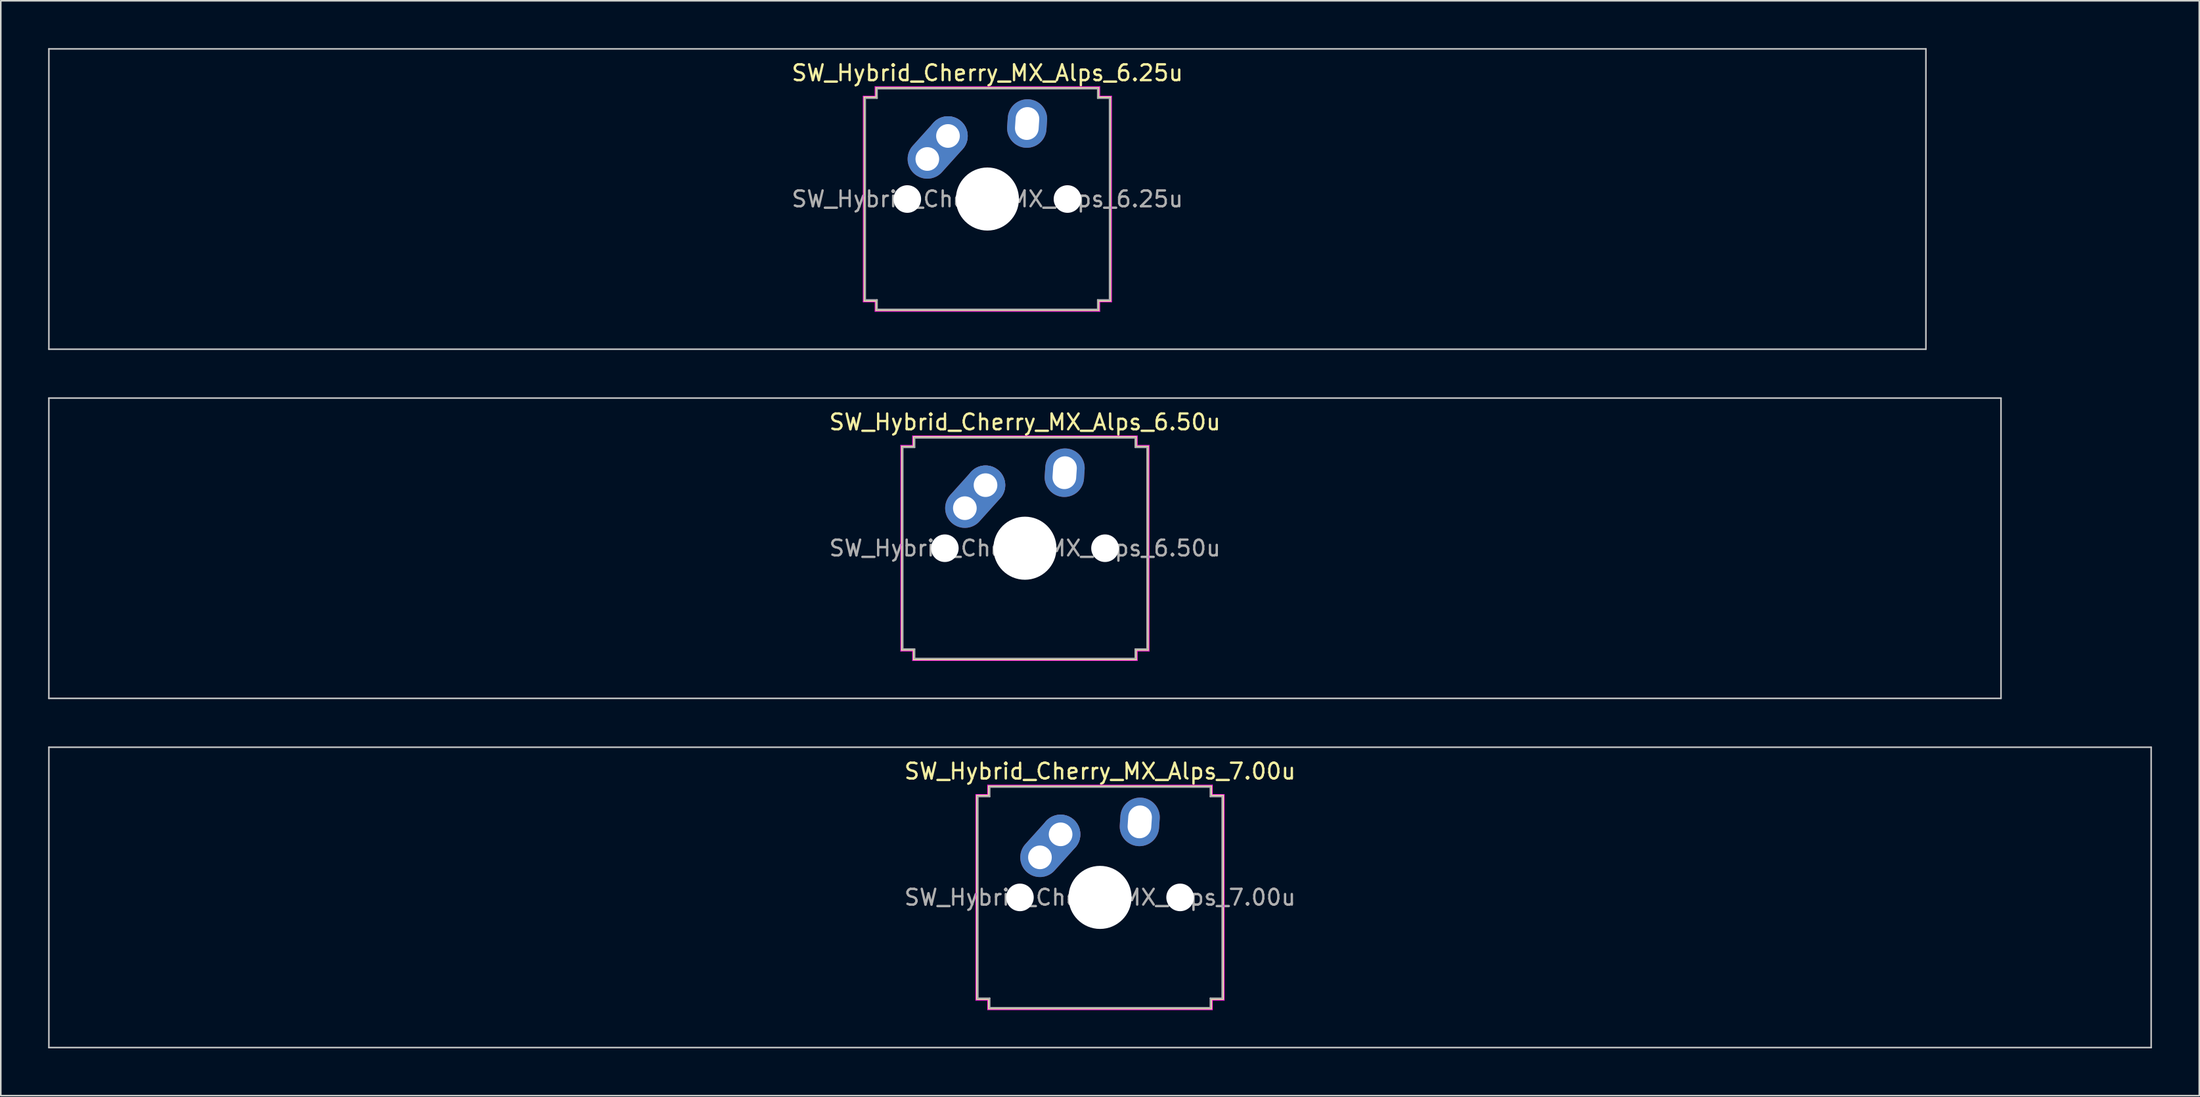
<source format=kicad_pcb>
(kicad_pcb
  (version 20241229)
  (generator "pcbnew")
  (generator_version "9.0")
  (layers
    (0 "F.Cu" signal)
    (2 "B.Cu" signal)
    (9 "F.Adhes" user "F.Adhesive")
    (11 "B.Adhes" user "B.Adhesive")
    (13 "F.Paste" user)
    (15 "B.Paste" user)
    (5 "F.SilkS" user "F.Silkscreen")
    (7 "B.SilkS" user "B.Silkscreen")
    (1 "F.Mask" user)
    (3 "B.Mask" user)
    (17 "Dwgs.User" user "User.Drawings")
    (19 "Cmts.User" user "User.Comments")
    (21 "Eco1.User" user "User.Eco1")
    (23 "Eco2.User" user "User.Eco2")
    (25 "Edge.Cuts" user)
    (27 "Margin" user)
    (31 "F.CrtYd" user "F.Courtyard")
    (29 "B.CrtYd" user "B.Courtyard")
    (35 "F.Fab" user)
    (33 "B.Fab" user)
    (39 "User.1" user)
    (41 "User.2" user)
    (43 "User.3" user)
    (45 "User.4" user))
  (footprint "SW_Hybrid_Cherry_MX_Alps_6.50u"
    (layer "F.Cu")
    (at 61.962 31.725)
    (property "Reference" "SW_Hybrid_Cherry_MX_Alps_6.50u" (at 0 -8 0) (layer "F.SilkS") (effects (font (size 1 1) (thickness 0.15))))
    (attr through_hole)
    (fp_line (start -7.8 -6.45) (end -7.05 -6.45) (stroke (width 0.12) (type solid)) (layer "F.SilkS"))
    (fp_line (start -7.8 6.45) (end -7.8 -6.45) (stroke (width 0.12) (type solid)) (layer "F.SilkS"))
    (fp_line (start -7.05 -7.05) (end 7.05 -7.05) (stroke (width 0.12) (type solid)) (layer "F.SilkS"))
    (fp_line (start -7.05 -6.45) (end -7.05 -7.05) (stroke (width 0.12) (type solid)) (layer "F.SilkS"))
    (fp_line (start -7.05 6.45) (end -7.8 6.45) (stroke (width 0.12) (type solid)) (layer "F.SilkS"))
    (fp_line (start -7.05 7.05) (end -7.05 6.45) (stroke (width 0.12) (type solid)) (layer "F.SilkS"))
    (fp_line (start 7.05 -7.05) (end 7.05 -6.45) (stroke (width 0.12) (type solid)) (layer "F.SilkS"))
    (fp_line (start 7.05 -6.45) (end 7.8 -6.45) (stroke (width 0.12) (type solid)) (layer "F.SilkS"))
    (fp_line (start 7.05 6.45) (end 7.05 7.05) (stroke (width 0.12) (type solid)) (layer "F.SilkS"))
    (fp_line (start 7.05 7.05) (end -7.05 7.05) (stroke (width 0.12) (type solid)) (layer "F.SilkS"))
    (fp_line (start 7.8 -6.45) (end 7.8 6.45) (stroke (width 0.12) (type solid)) (layer "F.SilkS"))
    (fp_line (start 7.8 6.45) (end 7.05 6.45) (stroke (width 0.12) (type solid)) (layer "F.SilkS"))
    (fp_line (start -61.913 -9.525) (end -61.913 9.525) (stroke (width 0.1) (type solid)) (layer "Dwgs.User"))
    (fp_line (start -61.913 9.525) (end 61.913 9.525) (stroke (width 0.1) (type solid)) (layer "Dwgs.User"))
    (fp_line (start 61.913 -9.525) (end -61.913 -9.525) (stroke (width 0.1) (type solid)) (layer "Dwgs.User"))
    (fp_line (start 61.913 9.525) (end 61.913 -9.525) (stroke (width 0.1) (type solid)) (layer "Dwgs.User"))
    (fp_line (start -7.875 -6.525) (end -7.125 -6.525) (stroke (width 0.05) (type solid)) (layer "F.CrtYd"))
    (fp_line (start -7.875 6.525) (end -7.875 -6.525) (stroke (width 0.05) (type solid)) (layer "F.CrtYd"))
    (fp_line (start -7.125 -7.125) (end 7.125 -7.125) (stroke (width 0.05) (type solid)) (layer "F.CrtYd"))
    (fp_line (start -7.125 -6.525) (end -7.125 -7.125) (stroke (width 0.05) (type solid)) (layer "F.CrtYd"))
    (fp_line (start -7.125 6.525) (end -7.875 6.525) (stroke (width 0.05) (type solid)) (layer "F.CrtYd"))
    (fp_line (start -7.125 7.125) (end -7.125 6.525) (stroke (width 0.05) (type solid)) (layer "F.CrtYd"))
    (fp_line (start 7.125 -7.125) (end 7.125 -6.525) (stroke (width 0.05) (type solid)) (layer "F.CrtYd"))
    (fp_line (start 7.125 -6.525) (end 7.875 -6.525) (stroke (width 0.05) (type solid)) (layer "F.CrtYd"))
    (fp_line (start 7.125 6.525) (end 7.125 7.125) (stroke (width 0.05) (type solid)) (layer "F.CrtYd"))
    (fp_line (start 7.125 7.125) (end -7.125 7.125) (stroke (width 0.05) (type solid)) (layer "F.CrtYd"))
    (fp_line (start 7.875 -6.525) (end 7.875 6.525) (stroke (width 0.05) (type solid)) (layer "F.CrtYd"))
    (fp_line (start 7.875 6.525) (end 7.125 6.525) (stroke (width 0.05) (type solid)) (layer "F.CrtYd"))
    (fp_line (start -7.75 -6.4) (end -7 -6.4) (stroke (width 0.1) (type solid)) (layer "F.Fab"))
    (fp_line (start -7.75 6.4) (end -7.75 -6.4) (stroke (width 0.1) (type solid)) (layer "F.Fab"))
    (fp_line (start -7 -7) (end 7 -7) (stroke (width 0.1) (type solid)) (layer "F.Fab"))
    (fp_line (start -7 -6.4) (end -7 -7) (stroke (width 0.1) (type solid)) (layer "F.Fab"))
    (fp_line (start -7 6.4) (end -7.75 6.4) (stroke (width 0.1) (type solid)) (layer "F.Fab"))
    (fp_line (start -7 7) (end -7 6.4) (stroke (width 0.1) (type solid)) (layer "F.Fab"))
    (fp_line (start 7 -7) (end 7 -6.4) (stroke (width 0.1) (type solid)) (layer "F.Fab"))
    (fp_line (start 7 -6.4) (end 7.75 -6.4) (stroke (width 0.1) (type solid)) (layer "F.Fab"))
    (fp_line (start 7 6.4) (end 7 7) (stroke (width 0.1) (type solid)) (layer "F.Fab"))
    (fp_line (start 7 7) (end -7 7) (stroke (width 0.1) (type solid)) (layer "F.Fab"))
    (fp_line (start 7.75 -6.4) (end 7.75 6.4) (stroke (width 0.1) (type solid)) (layer "F.Fab"))
    (fp_line (start 7.75 6.4) (end 7 6.4) (stroke (width 0.1) (type solid)) (layer "F.Fab"))
    (fp_text user "${REFERENCE}" (at 0 0 0) (layer "F.Fab") (effects (font (size 1 1) (thickness 0.15))))
    (pad "" np_thru_hole circle (at -5.08 0) (size 1.75 1.75) (drill 1.75) (layers "*.Cu" "*.Mask"))
    (pad "" np_thru_hole circle (at 0 0) (size 4 4) (drill 4) (layers "*.Cu" "*.Mask"))
    (pad "" np_thru_hole circle (at 5.08 0) (size 1.75 1.75) (drill 1.75) (layers "*.Cu" "*.Mask"))
    (pad "1" thru_hole oval (at 2.52 -4.79 86) (size 3.081 2.5) (drill oval 2.081 1.5) (layers "*.Cu" "B.Mask"))
    (pad "2" thru_hole oval (at -3.81 -2.54 48) (size 4.462 2.5) (drill 1.5 (offset 0.981 0)) (layers "*.Cu" "B.Mask"))
    (pad "2" thru_hole circle (at -2.5 -4) (size 2.5 2.5) (drill 1.5) (layers "*.Cu" "B.Mask")))
  (footprint "SW_Hybrid_Cherry_MX_Alps_6.25u"
    (layer "F.Cu")
    (at 59.581 9.575)
    (property "Reference" "SW_Hybrid_Cherry_MX_Alps_6.25u" (at 0 -8 0) (layer "F.SilkS") (effects (font (size 1 1) (thickness 0.15))))
    (attr through_hole)
    (fp_line (start -7.8 -6.45) (end -7.05 -6.45) (stroke (width 0.12) (type solid)) (layer "F.SilkS"))
    (fp_line (start -7.8 6.45) (end -7.8 -6.45) (stroke (width 0.12) (type solid)) (layer "F.SilkS"))
    (fp_line (start -7.05 -7.05) (end 7.05 -7.05) (stroke (width 0.12) (type solid)) (layer "F.SilkS"))
    (fp_line (start -7.05 -6.45) (end -7.05 -7.05) (stroke (width 0.12) (type solid)) (layer "F.SilkS"))
    (fp_line (start -7.05 6.45) (end -7.8 6.45) (stroke (width 0.12) (type solid)) (layer "F.SilkS"))
    (fp_line (start -7.05 7.05) (end -7.05 6.45) (stroke (width 0.12) (type solid)) (layer "F.SilkS"))
    (fp_line (start 7.05 -7.05) (end 7.05 -6.45) (stroke (width 0.12) (type solid)) (layer "F.SilkS"))
    (fp_line (start 7.05 -6.45) (end 7.8 -6.45) (stroke (width 0.12) (type solid)) (layer "F.SilkS"))
    (fp_line (start 7.05 6.45) (end 7.05 7.05) (stroke (width 0.12) (type solid)) (layer "F.SilkS"))
    (fp_line (start 7.05 7.05) (end -7.05 7.05) (stroke (width 0.12) (type solid)) (layer "F.SilkS"))
    (fp_line (start 7.8 -6.45) (end 7.8 6.45) (stroke (width 0.12) (type solid)) (layer "F.SilkS"))
    (fp_line (start 7.8 6.45) (end 7.05 6.45) (stroke (width 0.12) (type solid)) (layer "F.SilkS"))
    (fp_line (start -59.531 -9.525) (end -59.531 9.525) (stroke (width 0.1) (type solid)) (layer "Dwgs.User"))
    (fp_line (start -59.531 9.525) (end 59.531 9.525) (stroke (width 0.1) (type solid)) (layer "Dwgs.User"))
    (fp_line (start 59.531 -9.525) (end -59.531 -9.525) (stroke (width 0.1) (type solid)) (layer "Dwgs.User"))
    (fp_line (start 59.531 9.525) (end 59.531 -9.525) (stroke (width 0.1) (type solid)) (layer "Dwgs.User"))
    (fp_line (start -7.875 -6.525) (end -7.125 -6.525) (stroke (width 0.05) (type solid)) (layer "F.CrtYd"))
    (fp_line (start -7.875 6.525) (end -7.875 -6.525) (stroke (width 0.05) (type solid)) (layer "F.CrtYd"))
    (fp_line (start -7.125 -7.125) (end 7.125 -7.125) (stroke (width 0.05) (type solid)) (layer "F.CrtYd"))
    (fp_line (start -7.125 -6.525) (end -7.125 -7.125) (stroke (width 0.05) (type solid)) (layer "F.CrtYd"))
    (fp_line (start -7.125 6.525) (end -7.875 6.525) (stroke (width 0.05) (type solid)) (layer "F.CrtYd"))
    (fp_line (start -7.125 7.125) (end -7.125 6.525) (stroke (width 0.05) (type solid)) (layer "F.CrtYd"))
    (fp_line (start 7.125 -7.125) (end 7.125 -6.525) (stroke (width 0.05) (type solid)) (layer "F.CrtYd"))
    (fp_line (start 7.125 -6.525) (end 7.875 -6.525) (stroke (width 0.05) (type solid)) (layer "F.CrtYd"))
    (fp_line (start 7.125 6.525) (end 7.125 7.125) (stroke (width 0.05) (type solid)) (layer "F.CrtYd"))
    (fp_line (start 7.125 7.125) (end -7.125 7.125) (stroke (width 0.05) (type solid)) (layer "F.CrtYd"))
    (fp_line (start 7.875 -6.525) (end 7.875 6.525) (stroke (width 0.05) (type solid)) (layer "F.CrtYd"))
    (fp_line (start 7.875 6.525) (end 7.125 6.525) (stroke (width 0.05) (type solid)) (layer "F.CrtYd"))
    (fp_line (start -7.75 -6.4) (end -7 -6.4) (stroke (width 0.1) (type solid)) (layer "F.Fab"))
    (fp_line (start -7.75 6.4) (end -7.75 -6.4) (stroke (width 0.1) (type solid)) (layer "F.Fab"))
    (fp_line (start -7 -7) (end 7 -7) (stroke (width 0.1) (type solid)) (layer "F.Fab"))
    (fp_line (start -7 -6.4) (end -7 -7) (stroke (width 0.1) (type solid)) (layer "F.Fab"))
    (fp_line (start -7 6.4) (end -7.75 6.4) (stroke (width 0.1) (type solid)) (layer "F.Fab"))
    (fp_line (start -7 7) (end -7 6.4) (stroke (width 0.1) (type solid)) (layer "F.Fab"))
    (fp_line (start 7 -7) (end 7 -6.4) (stroke (width 0.1) (type solid)) (layer "F.Fab"))
    (fp_line (start 7 -6.4) (end 7.75 -6.4) (stroke (width 0.1) (type solid)) (layer "F.Fab"))
    (fp_line (start 7 6.4) (end 7 7) (stroke (width 0.1) (type solid)) (layer "F.Fab"))
    (fp_line (start 7 7) (end -7 7) (stroke (width 0.1) (type solid)) (layer "F.Fab"))
    (fp_line (start 7.75 -6.4) (end 7.75 6.4) (stroke (width 0.1) (type solid)) (layer "F.Fab"))
    (fp_line (start 7.75 6.4) (end 7 6.4) (stroke (width 0.1) (type solid)) (layer "F.Fab"))
    (fp_text user "${REFERENCE}" (at 0 0 0) (layer "F.Fab") (effects (font (size 1 1) (thickness 0.15))))
    (pad "" np_thru_hole circle (at -5.08 0) (size 1.75 1.75) (drill 1.75) (layers "*.Cu" "*.Mask"))
    (pad "" np_thru_hole circle (at 0 0) (size 4 4) (drill 4) (layers "*.Cu" "*.Mask"))
    (pad "" np_thru_hole circle (at 5.08 0) (size 1.75 1.75) (drill 1.75) (layers "*.Cu" "*.Mask"))
    (pad "1" thru_hole oval (at 2.52 -4.79 86) (size 3.081 2.5) (drill oval 2.081 1.5) (layers "*.Cu" "B.Mask"))
    (pad "2" thru_hole oval (at -3.81 -2.54 48) (size 4.462 2.5) (drill 1.5 (offset 0.981 0)) (layers "*.Cu" "B.Mask"))
    (pad "2" thru_hole circle (at -2.5 -4) (size 2.5 2.5) (drill 1.5) (layers "*.Cu" "B.Mask")))
  (footprint "SW_Hybrid_Cherry_MX_Alps_7.00u"
    (layer "F.Cu")
    (at 66.725 53.875)
    (property "Reference" "SW_Hybrid_Cherry_MX_Alps_7.00u" (at 0 -8 0) (layer "F.SilkS") (effects (font (size 1 1) (thickness 0.15))))
    (attr through_hole)
    (fp_line (start -7.8 -6.45) (end -7.05 -6.45) (stroke (width 0.12) (type solid)) (layer "F.SilkS"))
    (fp_line (start -7.8 6.45) (end -7.8 -6.45) (stroke (width 0.12) (type solid)) (layer "F.SilkS"))
    (fp_line (start -7.05 -7.05) (end 7.05 -7.05) (stroke (width 0.12) (type solid)) (layer "F.SilkS"))
    (fp_line (start -7.05 -6.45) (end -7.05 -7.05) (stroke (width 0.12) (type solid)) (layer "F.SilkS"))
    (fp_line (start -7.05 6.45) (end -7.8 6.45) (stroke (width 0.12) (type solid)) (layer "F.SilkS"))
    (fp_line (start -7.05 7.05) (end -7.05 6.45) (stroke (width 0.12) (type solid)) (layer "F.SilkS"))
    (fp_line (start 7.05 -7.05) (end 7.05 -6.45) (stroke (width 0.12) (type solid)) (layer "F.SilkS"))
    (fp_line (start 7.05 -6.45) (end 7.8 -6.45) (stroke (width 0.12) (type solid)) (layer "F.SilkS"))
    (fp_line (start 7.05 6.45) (end 7.05 7.05) (stroke (width 0.12) (type solid)) (layer "F.SilkS"))
    (fp_line (start 7.05 7.05) (end -7.05 7.05) (stroke (width 0.12) (type solid)) (layer "F.SilkS"))
    (fp_line (start 7.8 -6.45) (end 7.8 6.45) (stroke (width 0.12) (type solid)) (layer "F.SilkS"))
    (fp_line (start 7.8 6.45) (end 7.05 6.45) (stroke (width 0.12) (type solid)) (layer "F.SilkS"))
    (fp_line (start -66.675 -9.525) (end -66.675 9.525) (stroke (width 0.1) (type solid)) (layer "Dwgs.User"))
    (fp_line (start -66.675 9.525) (end 66.675 9.525) (stroke (width 0.1) (type solid)) (layer "Dwgs.User"))
    (fp_line (start 66.675 -9.525) (end -66.675 -9.525) (stroke (width 0.1) (type solid)) (layer "Dwgs.User"))
    (fp_line (start 66.675 9.525) (end 66.675 -9.525) (stroke (width 0.1) (type solid)) (layer "Dwgs.User"))
    (fp_line (start -7.875 -6.525) (end -7.125 -6.525) (stroke (width 0.05) (type solid)) (layer "F.CrtYd"))
    (fp_line (start -7.875 6.525) (end -7.875 -6.525) (stroke (width 0.05) (type solid)) (layer "F.CrtYd"))
    (fp_line (start -7.125 -7.125) (end 7.125 -7.125) (stroke (width 0.05) (type solid)) (layer "F.CrtYd"))
    (fp_line (start -7.125 -6.525) (end -7.125 -7.125) (stroke (width 0.05) (type solid)) (layer "F.CrtYd"))
    (fp_line (start -7.125 6.525) (end -7.875 6.525) (stroke (width 0.05) (type solid)) (layer "F.CrtYd"))
    (fp_line (start -7.125 7.125) (end -7.125 6.525) (stroke (width 0.05) (type solid)) (layer "F.CrtYd"))
    (fp_line (start 7.125 -7.125) (end 7.125 -6.525) (stroke (width 0.05) (type solid)) (layer "F.CrtYd"))
    (fp_line (start 7.125 -6.525) (end 7.875 -6.525) (stroke (width 0.05) (type solid)) (layer "F.CrtYd"))
    (fp_line (start 7.125 6.525) (end 7.125 7.125) (stroke (width 0.05) (type solid)) (layer "F.CrtYd"))
    (fp_line (start 7.125 7.125) (end -7.125 7.125) (stroke (width 0.05) (type solid)) (layer "F.CrtYd"))
    (fp_line (start 7.875 -6.525) (end 7.875 6.525) (stroke (width 0.05) (type solid)) (layer "F.CrtYd"))
    (fp_line (start 7.875 6.525) (end 7.125 6.525) (stroke (width 0.05) (type solid)) (layer "F.CrtYd"))
    (fp_line (start -7.75 -6.4) (end -7 -6.4) (stroke (width 0.1) (type solid)) (layer "F.Fab"))
    (fp_line (start -7.75 6.4) (end -7.75 -6.4) (stroke (width 0.1) (type solid)) (layer "F.Fab"))
    (fp_line (start -7 -7) (end 7 -7) (stroke (width 0.1) (type solid)) (layer "F.Fab"))
    (fp_line (start -7 -6.4) (end -7 -7) (stroke (width 0.1) (type solid)) (layer "F.Fab"))
    (fp_line (start -7 6.4) (end -7.75 6.4) (stroke (width 0.1) (type solid)) (layer "F.Fab"))
    (fp_line (start -7 7) (end -7 6.4) (stroke (width 0.1) (type solid)) (layer "F.Fab"))
    (fp_line (start 7 -7) (end 7 -6.4) (stroke (width 0.1) (type solid)) (layer "F.Fab"))
    (fp_line (start 7 -6.4) (end 7.75 -6.4) (stroke (width 0.1) (type solid)) (layer "F.Fab"))
    (fp_line (start 7 6.4) (end 7 7) (stroke (width 0.1) (type solid)) (layer "F.Fab"))
    (fp_line (start 7 7) (end -7 7) (stroke (width 0.1) (type solid)) (layer "F.Fab"))
    (fp_line (start 7.75 -6.4) (end 7.75 6.4) (stroke (width 0.1) (type solid)) (layer "F.Fab"))
    (fp_line (start 7.75 6.4) (end 7 6.4) (stroke (width 0.1) (type solid)) (layer "F.Fab"))
    (fp_text user "${REFERENCE}" (at 0 0 0) (layer "F.Fab") (effects (font (size 1 1) (thickness 0.15))))
    (pad "" np_thru_hole circle (at -5.08 0) (size 1.75 1.75) (drill 1.75) (layers "*.Cu" "*.Mask"))
    (pad "" np_thru_hole circle (at 0 0) (size 4 4) (drill 4) (layers "*.Cu" "*.Mask"))
    (pad "" np_thru_hole circle (at 5.08 0) (size 1.75 1.75) (drill 1.75) (layers "*.Cu" "*.Mask"))
    (pad "1" thru_hole oval (at 2.52 -4.79 86) (size 3.081 2.5) (drill oval 2.081 1.5) (layers "*.Cu" "B.Mask"))
    (pad "2" thru_hole oval (at -3.81 -2.54 48) (size 4.462 2.5) (drill 1.5 (offset 0.981 0)) (layers "*.Cu" "B.Mask"))
    (pad "2" thru_hole circle (at -2.5 -4) (size 2.5 2.5) (drill 1.5) (layers "*.Cu" "B.Mask")))
  (gr_rect
    (start -3 -3)
    (end 136.45 66.45)
    (stroke (width 0.1) (type default))
    (fill no)
    (layer "Edge.Cuts")))
</source>
